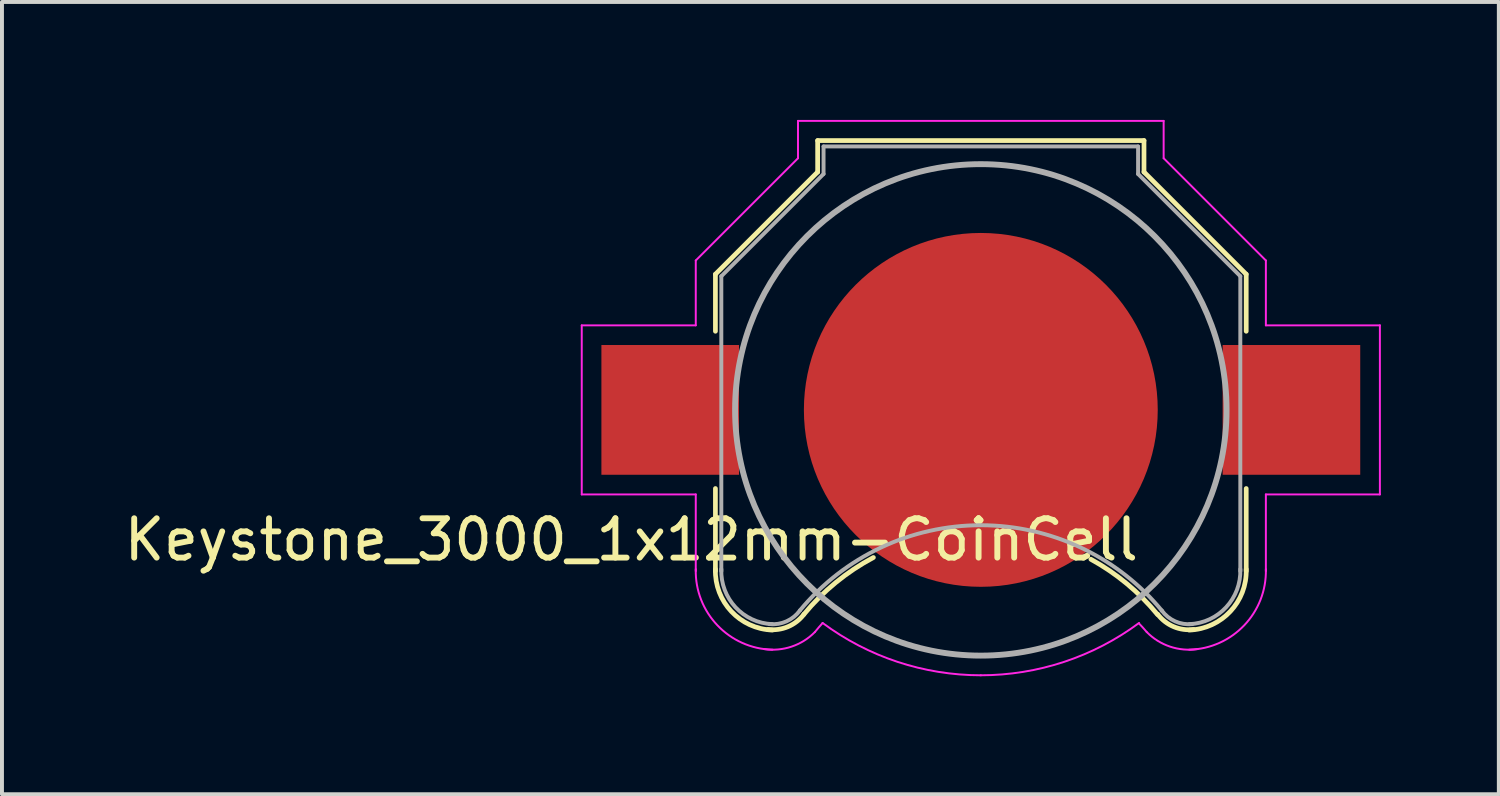
<source format=kicad_pcb>
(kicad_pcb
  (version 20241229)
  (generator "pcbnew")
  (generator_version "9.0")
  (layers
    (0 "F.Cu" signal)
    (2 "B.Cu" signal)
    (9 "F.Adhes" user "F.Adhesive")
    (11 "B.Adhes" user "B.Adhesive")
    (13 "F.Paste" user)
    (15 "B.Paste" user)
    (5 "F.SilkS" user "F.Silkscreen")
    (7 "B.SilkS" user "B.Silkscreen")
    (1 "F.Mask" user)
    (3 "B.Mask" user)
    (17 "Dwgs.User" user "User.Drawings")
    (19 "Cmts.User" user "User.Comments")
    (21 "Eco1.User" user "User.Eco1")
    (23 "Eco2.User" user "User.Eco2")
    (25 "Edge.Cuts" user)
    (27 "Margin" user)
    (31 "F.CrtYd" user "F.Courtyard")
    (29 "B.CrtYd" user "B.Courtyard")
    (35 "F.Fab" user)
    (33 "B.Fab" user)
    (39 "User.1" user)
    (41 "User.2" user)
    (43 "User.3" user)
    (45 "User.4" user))
  (footprint "Keystone_3000_1x12mm-CoinCell"
    (layer "F.Cu")
    (at 21.896 7.375)
    (property "Reference" "Keystone_3000_1x12mm-CoinCell" (at -8.89 3.302 0) (layer "F.SilkS") (effects (font (size 1 1) (thickness 0.15))))
    (attr smd)
    (fp_line (start -6.75 -3.45) (end -4.15 -6.05) (stroke (width 0.12) (type solid)) (layer "F.SilkS"))
    (fp_line (start -6.75 -2) (end -6.75 -3.45) (stroke (width 0.12) (type solid)) (layer "F.SilkS"))
    (fp_line (start -6.75 2) (end -6.75 4.1) (stroke (width 0.12) (type solid)) (layer "F.SilkS"))
    (fp_line (start -4.15 -6.85) (end 4.15 -6.85) (stroke (width 0.12) (type solid)) (layer "F.SilkS"))
    (fp_line (start -4.15 -6.05) (end -4.15 -6.85) (stroke (width 0.12) (type solid)) (layer "F.SilkS"))
    (fp_line (start 4.15 -6.85) (end 4.15 -6.05) (stroke (width 0.12) (type solid)) (layer "F.SilkS"))
    (fp_line (start 4.15 -6.05) (end 6.75 -3.45) (stroke (width 0.12) (type solid)) (layer "F.SilkS"))
    (fp_line (start 6.75 -3.45) (end 6.75 -2) (stroke (width 0.12) (type solid)) (layer "F.SilkS"))
    (fp_line (start 6.75 2) (end 6.75 4.1) (stroke (width 0.12) (type solid)) (layer "F.SilkS"))
    (fp_arc (start -5.3 5.6) (mid -6.346016 5.125305) (end -6.75 4.05) (stroke (width 0.12) (type solid)) (layer "F.SilkS"))
    (fp_arc (start -4.5 5.2) (mid -4.90584 5.514615) (end -5.414615 5.58416) (stroke (width 0.12) (type solid)) (layer "F.SilkS"))
    (fp_arc (start -4.5 5.2) (mid -3.687765 4.389968) (end -2.732553 3.754793) (stroke (width 0.12) (type solid)) (layer "F.SilkS"))
    (fp_arc (start 2.8 3.8) (mid 3.713871 4.421478) (end 4.493736 5.204552) (stroke (width 0.12) (type solid)) (layer "F.SilkS"))
    (fp_arc (start 5.414615 5.58416) (mid 4.90584 5.514615) (end 4.5 5.2) (stroke (width 0.12) (type solid)) (layer "F.SilkS"))
    (fp_arc (start 6.75 4.05) (mid 6.346016 5.125305) (end 5.3 5.6) (stroke (width 0.12) (type solid)) (layer "F.SilkS"))
    (fp_line (start -10.15 -2.15) (end -10.15 2.15) (stroke (width 0.05) (type solid)) (layer "F.CrtYd"))
    (fp_line (start -10.15 2.15) (end -7.25 2.15) (stroke (width 0.05) (type solid)) (layer "F.CrtYd"))
    (fp_line (start -7.25 -3.8) (end -4.65 -6.4) (stroke (width 0.05) (type solid)) (layer "F.CrtYd"))
    (fp_line (start -7.25 -2.15) (end -10.15 -2.15) (stroke (width 0.05) (type solid)) (layer "F.CrtYd"))
    (fp_line (start -7.25 -2.15) (end -7.25 -3.8) (stroke (width 0.05) (type solid)) (layer "F.CrtYd"))
    (fp_line (start -7.25 2.15) (end -7.25 4.1) (stroke (width 0.05) (type solid)) (layer "F.CrtYd"))
    (fp_line (start -4.65 -7.35) (end 4.65 -7.35) (stroke (width 0.05) (type solid)) (layer "F.CrtYd"))
    (fp_line (start -4.65 -6.4) (end -4.65 -7.35) (stroke (width 0.05) (type solid)) (layer "F.CrtYd"))
    (fp_line (start 4.65 -6.4) (end 4.65 -7.35) (stroke (width 0.05) (type solid)) (layer "F.CrtYd"))
    (fp_line (start 7.25 -3.8) (end 4.65 -6.4) (stroke (width 0.05) (type solid)) (layer "F.CrtYd"))
    (fp_line (start 7.25 -2.15) (end 7.25 -3.8) (stroke (width 0.05) (type solid)) (layer "F.CrtYd"))
    (fp_line (start 7.25 -2.15) (end 10.15 -2.15) (stroke (width 0.05) (type solid)) (layer "F.CrtYd"))
    (fp_line (start 7.25 2.15) (end 7.25 4.1) (stroke (width 0.05) (type solid)) (layer "F.CrtYd"))
    (fp_line (start 10.15 -2.15) (end 10.15 2.15) (stroke (width 0.05) (type solid)) (layer "F.CrtYd"))
    (fp_line (start 10.15 2.15) (end 7.25 2.15) (stroke (width 0.05) (type solid)) (layer "F.CrtYd"))
    (fp_arc (start -5.3 6.1) (mid -6.699569 5.478858) (end -7.25 4.05) (stroke (width 0.05) (type solid)) (layer "F.CrtYd"))
    (fp_arc (start -4.22 5.65) (mid -4.814553 6.021742) (end -5.513125 6.082436) (stroke (width 0.05) (type solid)) (layer "F.CrtYd"))
    (fp_arc (start -4.22 5.65) (mid -4.123743 5.534157) (end -4.024388 5.42096) (stroke (width 0.05) (type solid)) (layer "F.CrtYd"))
    (fp_arc (start 0 6.75) (mid -2.119449 6.408622) (end -4.024518 5.419018) (stroke (width 0.05) (type solid)) (layer "F.CrtYd"))
    (fp_arc (start 4.024518 5.419018) (mid 2.119449 6.408622) (end 0 6.75) (stroke (width 0.05) (type solid)) (layer "F.CrtYd"))
    (fp_arc (start 4.02471 5.432858) (mid 4.123824 5.540108) (end 4.22 5.65) (stroke (width 0.05) (type solid)) (layer "F.CrtYd"))
    (fp_arc (start 5.513125 6.082436) (mid 4.814553 6.021742) (end 4.22 5.65) (stroke (width 0.05) (type solid)) (layer "F.CrtYd"))
    (fp_arc (start 7.25 4.05) (mid 6.699569 5.478858) (end 5.3 6.1) (stroke (width 0.05) (type solid)) (layer "F.CrtYd"))
    (fp_line (start -6.6 -3.4) (end -6.6 4.1) (stroke (width 0.1) (type solid)) (layer "F.Fab"))
    (fp_line (start -4 -6.7) (end -4 -6) (stroke (width 0.1) (type solid)) (layer "F.Fab"))
    (fp_line (start -4 -6.7) (end 4 -6.7) (stroke (width 0.1) (type solid)) (layer "F.Fab"))
    (fp_line (start -4 -6) (end -6.6 -3.4) (stroke (width 0.1) (type solid)) (layer "F.Fab"))
    (fp_line (start 4 -6.7) (end 4 -6) (stroke (width 0.1) (type solid)) (layer "F.Fab"))
    (fp_line (start 4 -6) (end 6.6 -3.4) (stroke (width 0.1) (type solid)) (layer "F.Fab"))
    (fp_line (start 6.6 -3.4) (end 6.6 4.1) (stroke (width 0.1) (type solid)) (layer "F.Fab"))
    (fp_arc (start -5.3 5.45) (mid -6.239949 5.019239) (end -6.6 4.05) (stroke (width 0.1) (type solid)) (layer "F.Fab"))
    (fp_arc (start -4.6 5.1) (mid -4.942443 5.378013) (end -5.378013 5.447558) (stroke (width 0.1) (type solid)) (layer "F.Fab"))
    (fp_arc (start -4.6 5.1) (mid 0.006214 2.93343) (end 4.607905 5.109589) (stroke (width 0.1) (type solid)) (layer "F.Fab"))
    (fp_arc (start 5.378013 5.447558) (mid 4.942442 5.378013) (end 4.6 5.1) (stroke (width 0.1) (type solid)) (layer "F.Fab"))
    (fp_arc (start 6.6 4.05) (mid 6.239949 5.019239) (end 5.3 5.45) (stroke (width 0.1) (type solid)) (layer "F.Fab"))
    (fp_circle (center 0 0) (end 0 6.25) (stroke (width 0.15) (type solid)) (fill no) (layer "F.Fab"))
    (pad "1" smd rect (at -7.9 0) (size 3.5 3.3) (layers "F.Cu" "F.Mask" "F.Paste"))
    (pad "1" smd rect (at 7.9 0) (size 3.5 3.3) (layers "F.Cu" "F.Mask" "F.Paste"))
    (pad "2" smd circle (at 0 0) (size 9 9) (layers "F.Cu" "F.Mask")))
  (gr_rect
    (start -3 -3)
    (end 35.071 17.15)
    (stroke (width 0.1) (type default))
    (fill no)
    (layer "Edge.Cuts")))
</source>
